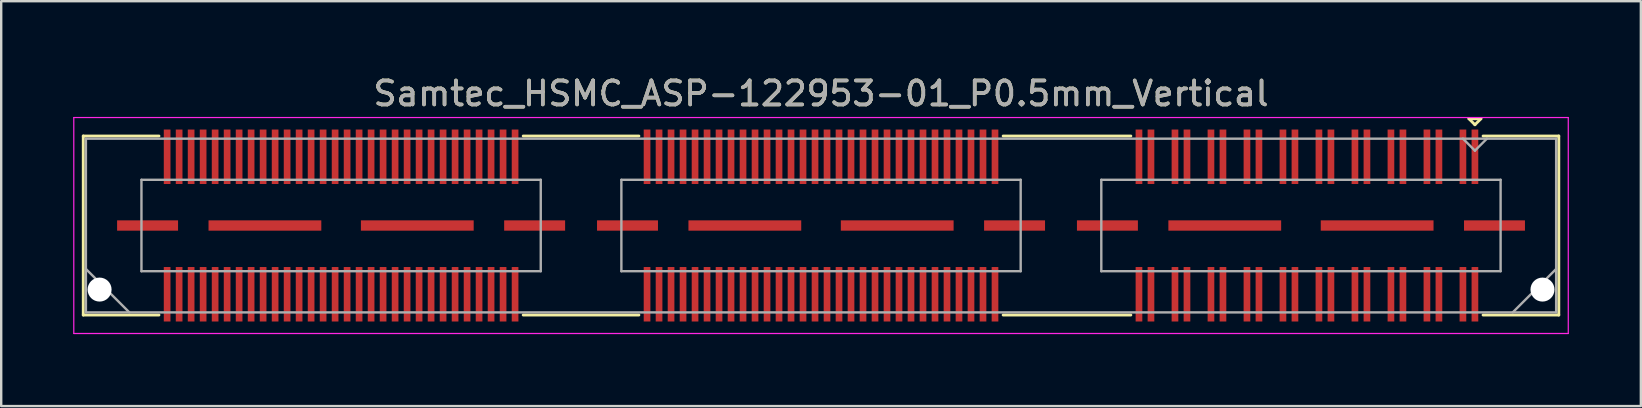
<source format=kicad_pcb>
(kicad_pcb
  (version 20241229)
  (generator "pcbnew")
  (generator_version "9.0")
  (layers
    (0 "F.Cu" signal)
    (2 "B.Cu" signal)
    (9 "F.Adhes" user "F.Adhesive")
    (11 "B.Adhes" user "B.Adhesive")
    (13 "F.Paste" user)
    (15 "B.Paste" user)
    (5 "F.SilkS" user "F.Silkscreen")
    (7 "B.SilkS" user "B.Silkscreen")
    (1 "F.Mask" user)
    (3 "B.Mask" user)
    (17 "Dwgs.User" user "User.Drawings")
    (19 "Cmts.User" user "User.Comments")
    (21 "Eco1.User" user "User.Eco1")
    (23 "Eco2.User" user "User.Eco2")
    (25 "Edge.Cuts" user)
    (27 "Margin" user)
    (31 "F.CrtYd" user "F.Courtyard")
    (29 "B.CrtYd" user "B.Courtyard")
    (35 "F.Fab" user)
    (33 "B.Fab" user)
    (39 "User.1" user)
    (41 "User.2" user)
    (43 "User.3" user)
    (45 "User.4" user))
  (footprint "Samtec_HSMC_ASP-122953-01_P0.5mm_Vertical"
    (layer "F.Cu")
    (at 31.165 6.348)
    (property "Reference" "Samtec_HSMC_ASP-122953-01_P0.5mm_Vertical" (at 0 -5.5 0) (layer "F.SilkS") (effects (font (size 1 1) (thickness 0.15))))
    (attr smd)
    (fp_line (start -30.745 -3.73) (end -27.59 -3.73) (stroke (width 0.12) (type solid)) (layer "F.SilkS"))
    (fp_line (start -30.745 3.73) (end -30.745 -3.73) (stroke (width 0.12) (type solid)) (layer "F.SilkS"))
    (fp_line (start -27.59 3.73) (end -30.745 3.73) (stroke (width 0.12) (type solid)) (layer "F.SilkS"))
    (fp_line (start -7.59 -3.73) (end -12.411 -3.73) (stroke (width 0.12) (type solid)) (layer "F.SilkS"))
    (fp_line (start -7.59 3.73) (end -12.411 3.73) (stroke (width 0.12) (type solid)) (layer "F.SilkS"))
    (fp_line (start 12.911 -3.73) (end 7.59 -3.73) (stroke (width 0.12) (type solid)) (layer "F.SilkS"))
    (fp_line (start 12.911 3.73) (end 7.59 3.73) (stroke (width 0.12) (type solid)) (layer "F.SilkS"))
    (fp_line (start 27 -4.45) (end 27.5 -4.45) (stroke (width 0.12) (type solid)) (layer "F.SilkS"))
    (fp_line (start 27.25 -4.2) (end 27 -4.45) (stroke (width 0.12) (type solid)) (layer "F.SilkS"))
    (fp_line (start 27.5 -4.45) (end 27.25 -4.2) (stroke (width 0.12) (type solid)) (layer "F.SilkS"))
    (fp_line (start 27.59 3.73) (end 30.745 3.73) (stroke (width 0.12) (type solid)) (layer "F.SilkS"))
    (fp_line (start 30.745 -3.73) (end 27.59 -3.73) (stroke (width 0.12) (type solid)) (layer "F.SilkS"))
    (fp_line (start 30.745 3.73) (end 30.745 -3.73) (stroke (width 0.12) (type solid)) (layer "F.SilkS"))
    (fp_line (start -31.14 -4.5) (end -31.14 4.5) (stroke (width 0.05) (type solid)) (layer "F.CrtYd"))
    (fp_line (start -31.14 4.5) (end 31.14 4.5) (stroke (width 0.05) (type solid)) (layer "F.CrtYd"))
    (fp_line (start 31.14 -4.5) (end -31.14 -4.5) (stroke (width 0.05) (type solid)) (layer "F.CrtYd"))
    (fp_line (start 31.14 4.5) (end 31.14 -4.5) (stroke (width 0.05) (type solid)) (layer "F.CrtYd"))
    (fp_line (start -30.635 -3.62) (end -30.635 3.62) (stroke (width 0.1) (type solid)) (layer "F.Fab"))
    (fp_line (start -30.635 1.81) (end -28.825 3.62) (stroke (width 0.1) (type solid)) (layer "F.Fab"))
    (fp_line (start -30.635 3.62) (end 30.635 3.62) (stroke (width 0.1) (type solid)) (layer "F.Fab"))
    (fp_line (start -28.32 -1.905) (end -28.32 1.905) (stroke (width 0.1) (type solid)) (layer "F.Fab"))
    (fp_line (start -28.32 1.905) (end -11.68 1.905) (stroke (width 0.1) (type solid)) (layer "F.Fab"))
    (fp_line (start -11.68 -1.905) (end -28.32 -1.905) (stroke (width 0.1) (type solid)) (layer "F.Fab"))
    (fp_line (start -11.68 1.905) (end -11.68 -1.905) (stroke (width 0.1) (type solid)) (layer "F.Fab"))
    (fp_line (start -8.32 -1.905) (end -8.32 1.905) (stroke (width 0.1) (type solid)) (layer "F.Fab"))
    (fp_line (start -8.32 1.905) (end 8.32 1.905) (stroke (width 0.1) (type solid)) (layer "F.Fab"))
    (fp_line (start 8.32 -1.905) (end -8.32 -1.905) (stroke (width 0.1) (type solid)) (layer "F.Fab"))
    (fp_line (start 8.32 1.905) (end 8.32 -1.905) (stroke (width 0.1) (type solid)) (layer "F.Fab"))
    (fp_line (start 11.68 -1.905) (end 11.68 1.905) (stroke (width 0.1) (type solid)) (layer "F.Fab"))
    (fp_line (start 11.68 1.905) (end 28.32 1.905) (stroke (width 0.1) (type solid)) (layer "F.Fab"))
    (fp_line (start 27.25 -3.12) (end 26.75 -3.62) (stroke (width 0.1) (type solid)) (layer "F.Fab"))
    (fp_line (start 27.75 -3.62) (end 27.25 -3.12) (stroke (width 0.1) (type solid)) (layer "F.Fab"))
    (fp_line (start 28.32 -1.905) (end 11.68 -1.905) (stroke (width 0.1) (type solid)) (layer "F.Fab"))
    (fp_line (start 28.32 1.905) (end 28.32 -1.905) (stroke (width 0.1) (type solid)) (layer "F.Fab"))
    (fp_line (start 30.635 -3.62) (end -30.635 -3.62) (stroke (width 0.1) (type solid)) (layer "F.Fab"))
    (fp_line (start 30.635 1.81) (end 28.825 3.62) (stroke (width 0.1) (type solid)) (layer "F.Fab"))
    (fp_line (start 30.635 3.62) (end 30.635 -3.62) (stroke (width 0.1) (type solid)) (layer "F.Fab"))
    (fp_text user "${REFERENCE}" (at 0 -5.5 0) (layer "F.Fab") (effects (font (size 1 1) (thickness 0.15))))
    (pad "" np_thru_hole circle (at -30.065 2.67) (size 1 1) (drill 1) (layers "*.Cu" "*.Mask"))
    (pad "" np_thru_hole circle (at 30.065 2.67) (size 1 1) (drill 1) (layers "*.Cu" "*.Mask"))
    (pad "1" smd rect (at 27.25 -2.865) (size 0.279 2.27) (layers "F.Cu" "F.Mask" "F.Paste"))
    (pad "2" smd rect (at 27.25 2.865) (size 0.279 2.27) (layers "F.Cu" "F.Mask" "F.Paste"))
    (pad "3" smd rect (at 26.75 -2.865) (size 0.279 2.27) (layers "F.Cu" "F.Mask" "F.Paste"))
    (pad "4" smd rect (at 26.75 2.865) (size 0.279 2.27) (layers "F.Cu" "F.Mask" "F.Paste"))
    (pad "5" smd rect (at 25.75 -2.865) (size 0.279 2.27) (layers "F.Cu" "F.Mask" "F.Paste"))
    (pad "6" smd rect (at 25.75 2.865) (size 0.279 2.27) (layers "F.Cu" "F.Mask" "F.Paste"))
    (pad "7" smd rect (at 25.25 -2.865) (size 0.279 2.27) (layers "F.Cu" "F.Mask" "F.Paste"))
    (pad "8" smd rect (at 25.25 2.865) (size 0.279 2.27) (layers "F.Cu" "F.Mask" "F.Paste"))
    (pad "9" smd rect (at 24.25 -2.865) (size 0.279 2.27) (layers "F.Cu" "F.Mask" "F.Paste"))
    (pad "10" smd rect (at 24.25 2.865) (size 0.279 2.27) (layers "F.Cu" "F.Mask" "F.Paste"))
    (pad "11" smd rect (at 23.75 -2.865) (size 0.279 2.27) (layers "F.Cu" "F.Mask" "F.Paste"))
    (pad "12" smd rect (at 23.75 2.865) (size 0.279 2.27) (layers "F.Cu" "F.Mask" "F.Paste"))
    (pad "13" smd rect (at 22.75 -2.865) (size 0.279 2.27) (layers "F.Cu" "F.Mask" "F.Paste"))
    (pad "14" smd rect (at 22.75 2.865) (size 0.279 2.27) (layers "F.Cu" "F.Mask" "F.Paste"))
    (pad "15" smd rect (at 22.25 -2.865) (size 0.279 2.27) (layers "F.Cu" "F.Mask" "F.Paste"))
    (pad "16" smd rect (at 22.25 2.865) (size 0.279 2.27) (layers "F.Cu" "F.Mask" "F.Paste"))
    (pad "17" smd rect (at 21.25 -2.865) (size 0.279 2.27) (layers "F.Cu" "F.Mask" "F.Paste"))
    (pad "18" smd rect (at 21.25 2.865) (size 0.279 2.27) (layers "F.Cu" "F.Mask" "F.Paste"))
    (pad "19" smd rect (at 20.75 -2.865) (size 0.279 2.27) (layers "F.Cu" "F.Mask" "F.Paste"))
    (pad "20" smd rect (at 20.75 2.865) (size 0.279 2.27) (layers "F.Cu" "F.Mask" "F.Paste"))
    (pad "21" smd rect (at 19.75 -2.865) (size 0.279 2.27) (layers "F.Cu" "F.Mask" "F.Paste"))
    (pad "22" smd rect (at 19.75 2.865) (size 0.279 2.27) (layers "F.Cu" "F.Mask" "F.Paste"))
    (pad "23" smd rect (at 19.25 -2.865) (size 0.279 2.27) (layers "F.Cu" "F.Mask" "F.Paste"))
    (pad "24" smd rect (at 19.25 2.865) (size 0.279 2.27) (layers "F.Cu" "F.Mask" "F.Paste"))
    (pad "25" smd rect (at 18.25 -2.865) (size 0.279 2.27) (layers "F.Cu" "F.Mask" "F.Paste"))
    (pad "26" smd rect (at 18.25 2.865) (size 0.279 2.27) (layers "F.Cu" "F.Mask" "F.Paste"))
    (pad "27" smd rect (at 17.75 -2.865) (size 0.279 2.27) (layers "F.Cu" "F.Mask" "F.Paste"))
    (pad "28" smd rect (at 17.75 2.865) (size 0.279 2.27) (layers "F.Cu" "F.Mask" "F.Paste"))
    (pad "29" smd rect (at 16.75 -2.865) (size 0.279 2.27) (layers "F.Cu" "F.Mask" "F.Paste"))
    (pad "30" smd rect (at 16.75 2.865) (size 0.279 2.27) (layers "F.Cu" "F.Mask" "F.Paste"))
    (pad "31" smd rect (at 16.25 -2.865) (size 0.279 2.27) (layers "F.Cu" "F.Mask" "F.Paste"))
    (pad "32" smd rect (at 16.25 2.865) (size 0.279 2.27) (layers "F.Cu" "F.Mask" "F.Paste"))
    (pad "33" smd rect (at 15.25 -2.865) (size 0.279 2.27) (layers "F.Cu" "F.Mask" "F.Paste"))
    (pad "34" smd rect (at 15.25 2.865) (size 0.279 2.27) (layers "F.Cu" "F.Mask" "F.Paste"))
    (pad "35" smd rect (at 14.75 -2.865) (size 0.279 2.27) (layers "F.Cu" "F.Mask" "F.Paste"))
    (pad "36" smd rect (at 14.75 2.865) (size 0.279 2.27) (layers "F.Cu" "F.Mask" "F.Paste"))
    (pad "37" smd rect (at 13.75 -2.865) (size 0.279 2.27) (layers "F.Cu" "F.Mask" "F.Paste"))
    (pad "38" smd rect (at 13.75 2.865) (size 0.279 2.27) (layers "F.Cu" "F.Mask" "F.Paste"))
    (pad "39" smd rect (at 13.25 -2.865) (size 0.279 2.27) (layers "F.Cu" "F.Mask" "F.Paste"))
    (pad "40" smd rect (at 13.25 2.865) (size 0.279 2.27) (layers "F.Cu" "F.Mask" "F.Paste"))
    (pad "41" smd rect (at 7.25 -2.865) (size 0.279 2.27) (layers "F.Cu" "F.Mask" "F.Paste"))
    (pad "42" smd rect (at 7.25 2.865) (size 0.279 2.27) (layers "F.Cu" "F.Mask" "F.Paste"))
    (pad "43" smd rect (at 6.75 -2.865) (size 0.279 2.27) (layers "F.Cu" "F.Mask" "F.Paste"))
    (pad "44" smd rect (at 6.75 2.865) (size 0.279 2.27) (layers "F.Cu" "F.Mask" "F.Paste"))
    (pad "45" smd rect (at 6.25 -2.865) (size 0.279 2.27) (layers "F.Cu" "F.Mask" "F.Paste"))
    (pad "46" smd rect (at 6.25 2.865) (size 0.279 2.27) (layers "F.Cu" "F.Mask" "F.Paste"))
    (pad "47" smd rect (at 5.75 -2.865) (size 0.279 2.27) (layers "F.Cu" "F.Mask" "F.Paste"))
    (pad "48" smd rect (at 5.75 2.865) (size 0.279 2.27) (layers "F.Cu" "F.Mask" "F.Paste"))
    (pad "49" smd rect (at 5.25 -2.865) (size 0.279 2.27) (layers "F.Cu" "F.Mask" "F.Paste"))
    (pad "50" smd rect (at 5.25 2.865) (size 0.279 2.27) (layers "F.Cu" "F.Mask" "F.Paste"))
    (pad "51" smd rect (at 4.75 -2.865) (size 0.279 2.27) (layers "F.Cu" "F.Mask" "F.Paste"))
    (pad "52" smd rect (at 4.75 2.865) (size 0.279 2.27) (layers "F.Cu" "F.Mask" "F.Paste"))
    (pad "53" smd rect (at 4.25 -2.865) (size 0.279 2.27) (layers "F.Cu" "F.Mask" "F.Paste"))
    (pad "54" smd rect (at 4.25 2.865) (size 0.279 2.27) (layers "F.Cu" "F.Mask" "F.Paste"))
    (pad "55" smd rect (at 3.75 -2.865) (size 0.279 2.27) (layers "F.Cu" "F.Mask" "F.Paste"))
    (pad "56" smd rect (at 3.75 2.865) (size 0.279 2.27) (layers "F.Cu" "F.Mask" "F.Paste"))
    (pad "57" smd rect (at 3.25 -2.865) (size 0.279 2.27) (layers "F.Cu" "F.Mask" "F.Paste"))
    (pad "58" smd rect (at 3.25 2.865) (size 0.279 2.27) (layers "F.Cu" "F.Mask" "F.Paste"))
    (pad "59" smd rect (at 2.75 -2.865) (size 0.279 2.27) (layers "F.Cu" "F.Mask" "F.Paste"))
    (pad "60" smd rect (at 2.75 2.865) (size 0.279 2.27) (layers "F.Cu" "F.Mask" "F.Paste"))
    (pad "61" smd rect (at 2.25 -2.865) (size 0.279 2.27) (layers "F.Cu" "F.Mask" "F.Paste"))
    (pad "62" smd rect (at 2.25 2.865) (size 0.279 2.27) (layers "F.Cu" "F.Mask" "F.Paste"))
    (pad "63" smd rect (at 1.75 -2.865) (size 0.279 2.27) (layers "F.Cu" "F.Mask" "F.Paste"))
    (pad "64" smd rect (at 1.75 2.865) (size 0.279 2.27) (layers "F.Cu" "F.Mask" "F.Paste"))
    (pad "65" smd rect (at 1.25 -2.865) (size 0.279 2.27) (layers "F.Cu" "F.Mask" "F.Paste"))
    (pad "66" smd rect (at 1.25 2.865) (size 0.279 2.27) (layers "F.Cu" "F.Mask" "F.Paste"))
    (pad "67" smd rect (at 0.75 -2.865) (size 0.279 2.27) (layers "F.Cu" "F.Mask" "F.Paste"))
    (pad "68" smd rect (at 0.75 2.865) (size 0.279 2.27) (layers "F.Cu" "F.Mask" "F.Paste"))
    (pad "69" smd rect (at 0.25 -2.865) (size 0.279 2.27) (layers "F.Cu" "F.Mask" "F.Paste"))
    (pad "70" smd rect (at 0.25 2.865) (size 0.279 2.27) (layers "F.Cu" "F.Mask" "F.Paste"))
    (pad "71" smd rect (at -0.25 -2.865) (size 0.279 2.27) (layers "F.Cu" "F.Mask" "F.Paste"))
    (pad "72" smd rect (at -0.25 2.865) (size 0.279 2.27) (layers "F.Cu" "F.Mask" "F.Paste"))
    (pad "73" smd rect (at -0.75 -2.865) (size 0.279 2.27) (layers "F.Cu" "F.Mask" "F.Paste"))
    (pad "74" smd rect (at -0.75 2.865) (size 0.279 2.27) (layers "F.Cu" "F.Mask" "F.Paste"))
    (pad "75" smd rect (at -1.25 -2.865) (size 0.279 2.27) (layers "F.Cu" "F.Mask" "F.Paste"))
    (pad "76" smd rect (at -1.25 2.865) (size 0.279 2.27) (layers "F.Cu" "F.Mask" "F.Paste"))
    (pad "77" smd rect (at -1.75 -2.865) (size 0.279 2.27) (layers "F.Cu" "F.Mask" "F.Paste"))
    (pad "78" smd rect (at -1.75 2.865) (size 0.279 2.27) (layers "F.Cu" "F.Mask" "F.Paste"))
    (pad "79" smd rect (at -2.25 -2.865) (size 0.279 2.27) (layers "F.Cu" "F.Mask" "F.Paste"))
    (pad "80" smd rect (at -2.25 2.865) (size 0.279 2.27) (layers "F.Cu" "F.Mask" "F.Paste"))
    (pad "81" smd rect (at -2.75 -2.865) (size 0.279 2.27) (layers "F.Cu" "F.Mask" "F.Paste"))
    (pad "82" smd rect (at -2.75 2.865) (size 0.279 2.27) (layers "F.Cu" "F.Mask" "F.Paste"))
    (pad "83" smd rect (at -3.25 -2.865) (size 0.279 2.27) (layers "F.Cu" "F.Mask" "F.Paste"))
    (pad "84" smd rect (at -3.25 2.865) (size 0.279 2.27) (layers "F.Cu" "F.Mask" "F.Paste"))
    (pad "85" smd rect (at -3.75 -2.865) (size 0.279 2.27) (layers "F.Cu" "F.Mask" "F.Paste"))
    (pad "86" smd rect (at -3.75 2.865) (size 0.279 2.27) (layers "F.Cu" "F.Mask" "F.Paste"))
    (pad "87" smd rect (at -4.25 -2.865) (size 0.279 2.27) (layers "F.Cu" "F.Mask" "F.Paste"))
    (pad "88" smd rect (at -4.25 2.865) (size 0.279 2.27) (layers "F.Cu" "F.Mask" "F.Paste"))
    (pad "89" smd rect (at -4.75 -2.865) (size 0.279 2.27) (layers "F.Cu" "F.Mask" "F.Paste"))
    (pad "90" smd rect (at -4.75 2.865) (size 0.279 2.27) (layers "F.Cu" "F.Mask" "F.Paste"))
    (pad "91" smd rect (at -5.25 -2.865) (size 0.279 2.27) (layers "F.Cu" "F.Mask" "F.Paste"))
    (pad "92" smd rect (at -5.25 2.865) (size 0.279 2.27) (layers "F.Cu" "F.Mask" "F.Paste"))
    (pad "93" smd rect (at -5.75 -2.865) (size 0.279 2.27) (layers "F.Cu" "F.Mask" "F.Paste"))
    (pad "94" smd rect (at -5.75 2.865) (size 0.279 2.27) (layers "F.Cu" "F.Mask" "F.Paste"))
    (pad "95" smd rect (at -6.25 -2.865) (size 0.279 2.27) (layers "F.Cu" "F.Mask" "F.Paste"))
    (pad "96" smd rect (at -6.25 2.865) (size 0.279 2.27) (layers "F.Cu" "F.Mask" "F.Paste"))
    (pad "97" smd rect (at -6.75 -2.865) (size 0.279 2.27) (layers "F.Cu" "F.Mask" "F.Paste"))
    (pad "98" smd rect (at -6.75 2.865) (size 0.279 2.27) (layers "F.Cu" "F.Mask" "F.Paste"))
    (pad "99" smd rect (at -7.25 -2.865) (size 0.279 2.27) (layers "F.Cu" "F.Mask" "F.Paste"))
    (pad "100" smd rect (at -7.25 2.865) (size 0.279 2.27) (layers "F.Cu" "F.Mask" "F.Paste"))
    (pad "101" smd rect (at -12.75 -2.865) (size 0.279 2.27) (layers "F.Cu" "F.Mask" "F.Paste"))
    (pad "102" smd rect (at -12.75 2.865) (size 0.279 2.27) (layers "F.Cu" "F.Mask" "F.Paste"))
    (pad "103" smd rect (at -13.25 -2.865) (size 0.279 2.27) (layers "F.Cu" "F.Mask" "F.Paste"))
    (pad "104" smd rect (at -13.25 2.865) (size 0.279 2.27) (layers "F.Cu" "F.Mask" "F.Paste"))
    (pad "105" smd rect (at -13.75 -2.865) (size 0.279 2.27) (layers "F.Cu" "F.Mask" "F.Paste"))
    (pad "106" smd rect (at -13.75 2.865) (size 0.279 2.27) (layers "F.Cu" "F.Mask" "F.Paste"))
    (pad "107" smd rect (at -14.25 -2.865) (size 0.279 2.27) (layers "F.Cu" "F.Mask" "F.Paste"))
    (pad "108" smd rect (at -14.25 2.865) (size 0.279 2.27) (layers "F.Cu" "F.Mask" "F.Paste"))
    (pad "109" smd rect (at -14.75 -2.865) (size 0.279 2.27) (layers "F.Cu" "F.Mask" "F.Paste"))
    (pad "110" smd rect (at -14.75 2.865) (size 0.279 2.27) (layers "F.Cu" "F.Mask" "F.Paste"))
    (pad "111" smd rect (at -15.25 -2.865) (size 0.279 2.27) (layers "F.Cu" "F.Mask" "F.Paste"))
    (pad "112" smd rect (at -15.25 2.865) (size 0.279 2.27) (layers "F.Cu" "F.Mask" "F.Paste"))
    (pad "113" smd rect (at -15.75 -2.865) (size 0.279 2.27) (layers "F.Cu" "F.Mask" "F.Paste"))
    (pad "114" smd rect (at -15.75 2.865) (size 0.279 2.27) (layers "F.Cu" "F.Mask" "F.Paste"))
    (pad "115" smd rect (at -16.25 -2.865) (size 0.279 2.27) (layers "F.Cu" "F.Mask" "F.Paste"))
    (pad "116" smd rect (at -16.25 2.865) (size 0.279 2.27) (layers "F.Cu" "F.Mask" "F.Paste"))
    (pad "117" smd rect (at -16.75 -2.865) (size 0.279 2.27) (layers "F.Cu" "F.Mask" "F.Paste"))
    (pad "118" smd rect (at -16.75 2.865) (size 0.279 2.27) (layers "F.Cu" "F.Mask" "F.Paste"))
    (pad "119" smd rect (at -17.25 -2.865) (size 0.279 2.27) (layers "F.Cu" "F.Mask" "F.Paste"))
    (pad "120" smd rect (at -17.25 2.865) (size 0.279 2.27) (layers "F.Cu" "F.Mask" "F.Paste"))
    (pad "121" smd rect (at -17.75 -2.865) (size 0.279 2.27) (layers "F.Cu" "F.Mask" "F.Paste"))
    (pad "122" smd rect (at -17.75 2.865) (size 0.279 2.27) (layers "F.Cu" "F.Mask" "F.Paste"))
    (pad "123" smd rect (at -18.25 -2.865) (size 0.279 2.27) (layers "F.Cu" "F.Mask" "F.Paste"))
    (pad "124" smd rect (at -18.25 2.865) (size 0.279 2.27) (layers "F.Cu" "F.Mask" "F.Paste"))
    (pad "125" smd rect (at -18.75 -2.865) (size 0.279 2.27) (layers "F.Cu" "F.Mask" "F.Paste"))
    (pad "126" smd rect (at -18.75 2.865) (size 0.279 2.27) (layers "F.Cu" "F.Mask" "F.Paste"))
    (pad "127" smd rect (at -19.25 -2.865) (size 0.279 2.27) (layers "F.Cu" "F.Mask" "F.Paste"))
    (pad "128" smd rect (at -19.25 2.865) (size 0.279 2.27) (layers "F.Cu" "F.Mask" "F.Paste"))
    (pad "129" smd rect (at -19.75 -2.865) (size 0.279 2.27) (layers "F.Cu" "F.Mask" "F.Paste"))
    (pad "130" smd rect (at -19.75 2.865) (size 0.279 2.27) (layers "F.Cu" "F.Mask" "F.Paste"))
    (pad "131" smd rect (at -20.25 -2.865) (size 0.279 2.27) (layers "F.Cu" "F.Mask" "F.Paste"))
    (pad "132" smd rect (at -20.25 2.865) (size 0.279 2.27) (layers "F.Cu" "F.Mask" "F.Paste"))
    (pad "133" smd rect (at -20.75 -2.865) (size 0.279 2.27) (layers "F.Cu" "F.Mask" "F.Paste"))
    (pad "134" smd rect (at -20.75 2.865) (size 0.279 2.27) (layers "F.Cu" "F.Mask" "F.Paste"))
    (pad "135" smd rect (at -21.25 -2.865) (size 0.279 2.27) (layers "F.Cu" "F.Mask" "F.Paste"))
    (pad "136" smd rect (at -21.25 2.865) (size 0.279 2.27) (layers "F.Cu" "F.Mask" "F.Paste"))
    (pad "137" smd rect (at -21.75 -2.865) (size 0.279 2.27) (layers "F.Cu" "F.Mask" "F.Paste"))
    (pad "138" smd rect (at -21.75 2.865) (size 0.279 2.27) (layers "F.Cu" "F.Mask" "F.Paste"))
    (pad "139" smd rect (at -22.25 -2.865) (size 0.279 2.27) (layers "F.Cu" "F.Mask" "F.Paste"))
    (pad "140" smd rect (at -22.25 2.865) (size 0.279 2.27) (layers "F.Cu" "F.Mask" "F.Paste"))
    (pad "141" smd rect (at -22.75 -2.865) (size 0.279 2.27) (layers "F.Cu" "F.Mask" "F.Paste"))
    (pad "142" smd rect (at -22.75 2.865) (size 0.279 2.27) (layers "F.Cu" "F.Mask" "F.Paste"))
    (pad "143" smd rect (at -23.25 -2.865) (size 0.279 2.27) (layers "F.Cu" "F.Mask" "F.Paste"))
    (pad "144" smd rect (at -23.25 2.865) (size 0.279 2.27) (layers "F.Cu" "F.Mask" "F.Paste"))
    (pad "145" smd rect (at -23.75 -2.865) (size 0.279 2.27) (layers "F.Cu" "F.Mask" "F.Paste"))
    (pad "146" smd rect (at -23.75 2.865) (size 0.279 2.27) (layers "F.Cu" "F.Mask" "F.Paste"))
    (pad "147" smd rect (at -24.25 -2.865) (size 0.279 2.27) (layers "F.Cu" "F.Mask" "F.Paste"))
    (pad "148" smd rect (at -24.25 2.865) (size 0.279 2.27) (layers "F.Cu" "F.Mask" "F.Paste"))
    (pad "149" smd rect (at -24.75 -2.865) (size 0.279 2.27) (layers "F.Cu" "F.Mask" "F.Paste"))
    (pad "150" smd rect (at -24.75 2.865) (size 0.279 2.27) (layers "F.Cu" "F.Mask" "F.Paste"))
    (pad "151" smd rect (at -25.25 -2.865) (size 0.279 2.27) (layers "F.Cu" "F.Mask" "F.Paste"))
    (pad "152" smd rect (at -25.25 2.865) (size 0.279 2.27) (layers "F.Cu" "F.Mask" "F.Paste"))
    (pad "153" smd rect (at -25.75 -2.865) (size 0.279 2.27) (layers "F.Cu" "F.Mask" "F.Paste"))
    (pad "154" smd rect (at -25.75 2.865) (size 0.279 2.27) (layers "F.Cu" "F.Mask" "F.Paste"))
    (pad "155" smd rect (at -26.25 -2.865) (size 0.279 2.27) (layers "F.Cu" "F.Mask" "F.Paste"))
    (pad "156" smd rect (at -26.25 2.865) (size 0.279 2.27) (layers "F.Cu" "F.Mask" "F.Paste"))
    (pad "157" smd rect (at -26.75 -2.865) (size 0.279 2.27) (layers "F.Cu" "F.Mask" "F.Paste"))
    (pad "158" smd rect (at -26.75 2.865) (size 0.279 2.27) (layers "F.Cu" "F.Mask" "F.Paste"))
    (pad "159" smd rect (at -27.25 -2.865) (size 0.279 2.27) (layers "F.Cu" "F.Mask" "F.Paste"))
    (pad "160" smd rect (at -27.25 2.865) (size 0.279 2.27) (layers "F.Cu" "F.Mask" "F.Paste"))
    (pad "P1" smd rect (at 11.935 0) (size 2.54 0.43) (layers "F.Cu" "F.Mask" "F.Paste"))
    (pad "P1" smd rect (at 16.825 0) (size 4.7 0.43) (layers "F.Cu" "F.Mask" "F.Paste"))
    (pad "P1" smd rect (at 23.175 0) (size 4.7 0.43) (layers "F.Cu" "F.Mask" "F.Paste"))
    (pad "P1" smd rect (at 28.065 0) (size 2.54 0.43) (layers "F.Cu" "F.Mask" "F.Paste"))
    (pad "P2" smd rect (at -8.065 0) (size 2.54 0.43) (layers "F.Cu" "F.Mask" "F.Paste"))
    (pad "P2" smd rect (at -3.175 0) (size 4.7 0.43) (layers "F.Cu" "F.Mask" "F.Paste"))
    (pad "P2" smd rect (at 3.175 0) (size 4.7 0.43) (layers "F.Cu" "F.Mask" "F.Paste"))
    (pad "P2" smd rect (at 8.065 0) (size 2.54 0.43) (layers "F.Cu" "F.Mask" "F.Paste"))
    (pad "P3" smd rect (at -28.065 0) (size 2.54 0.43) (layers "F.Cu" "F.Mask" "F.Paste"))
    (pad "P3" smd rect (at -23.175 0) (size 4.7 0.43) (layers "F.Cu" "F.Mask" "F.Paste"))
    (pad "P3" smd rect (at -16.825 0) (size 4.7 0.43) (layers "F.Cu" "F.Mask" "F.Paste"))
    (pad "P3" smd rect (at -11.935 0) (size 2.54 0.43) (layers "F.Cu" "F.Mask" "F.Paste")))
  (gr_rect
    (start -3 -3)
    (end 65.33 13.873)
    (stroke (width 0.1) (type default))
    (fill no)
    (layer "Edge.Cuts")))
</source>
